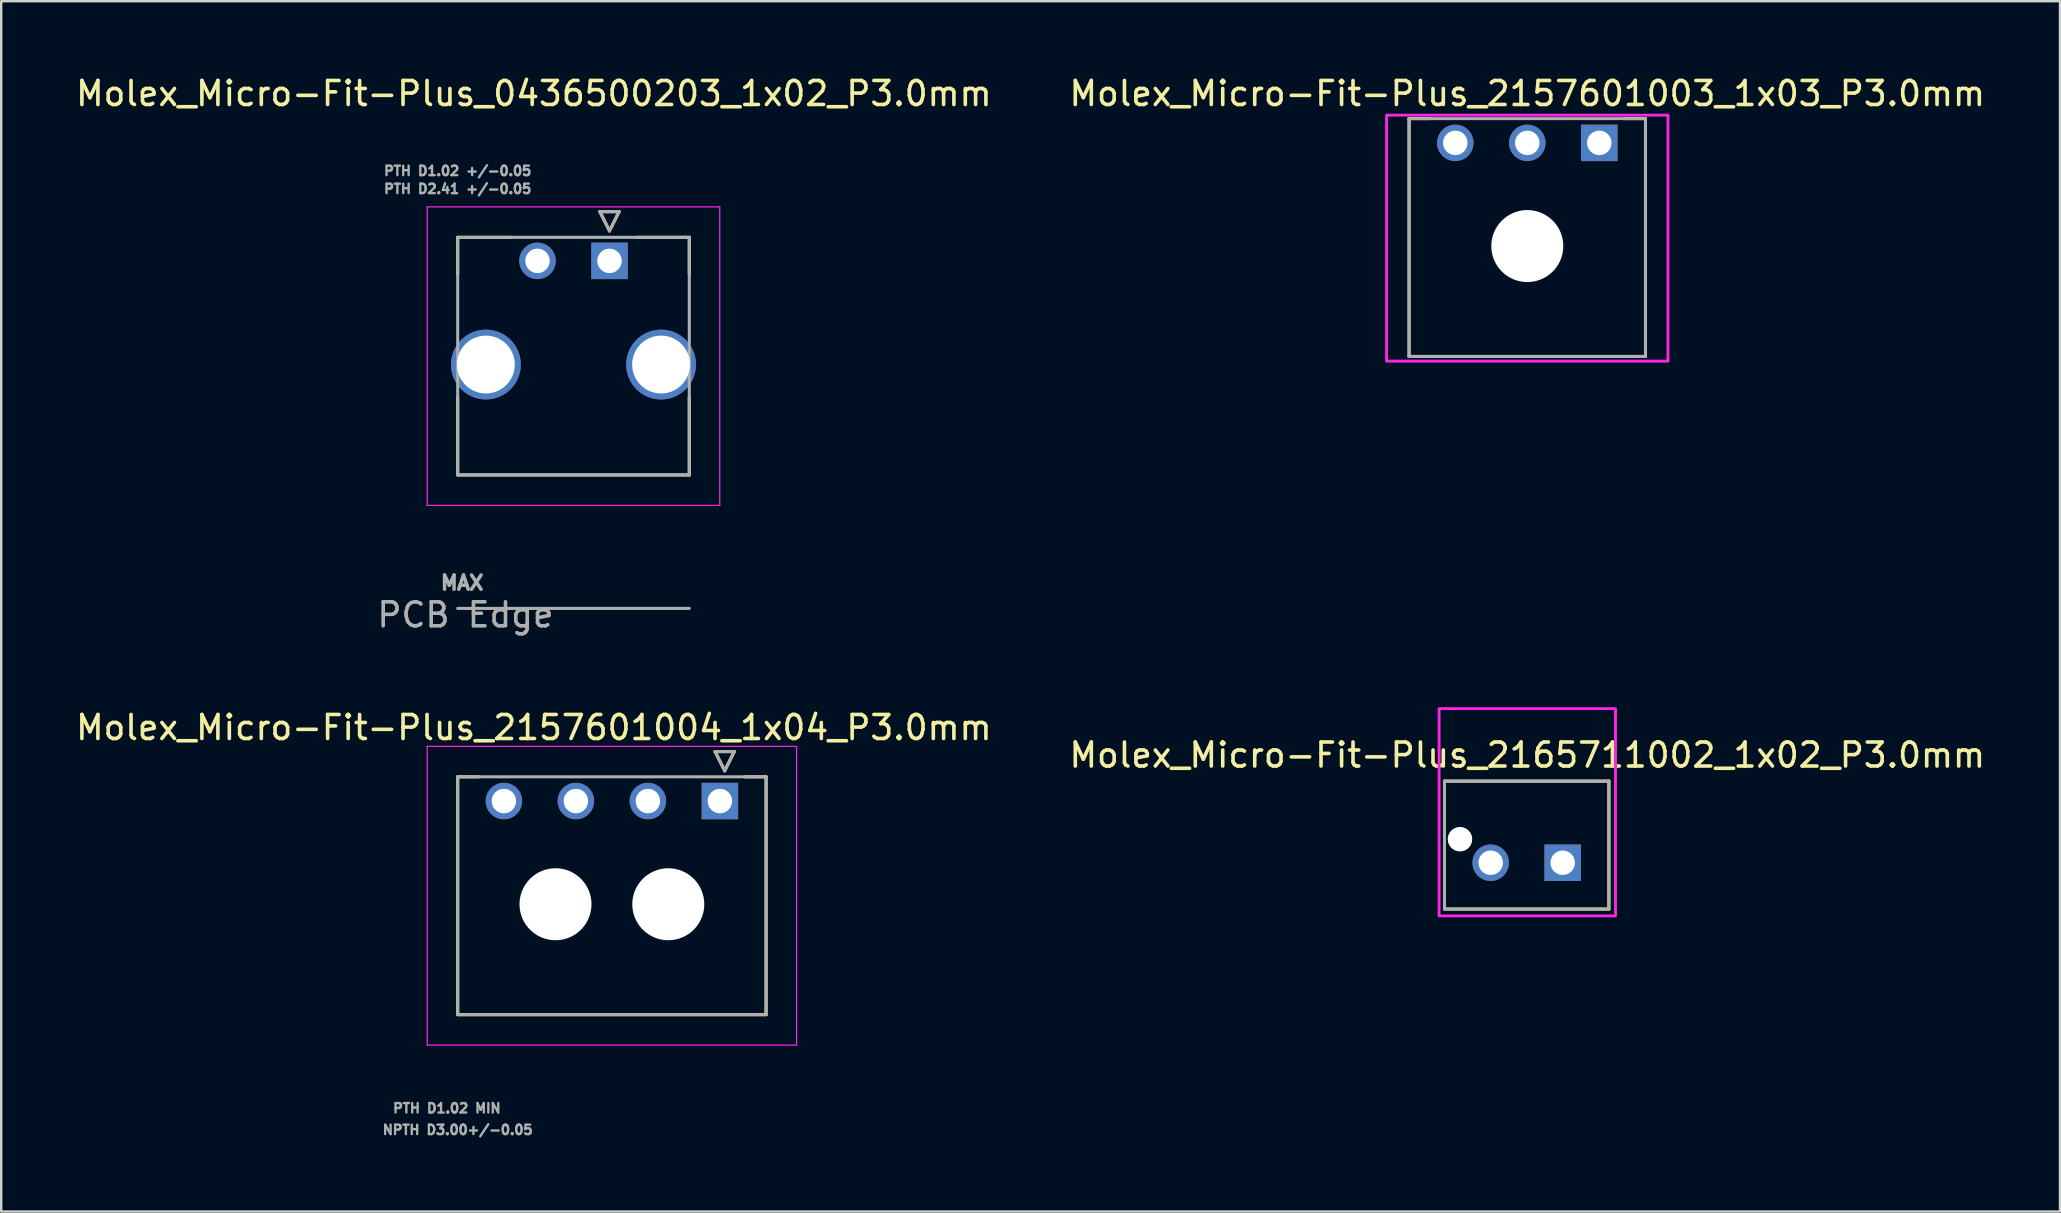
<source format=kicad_pcb>
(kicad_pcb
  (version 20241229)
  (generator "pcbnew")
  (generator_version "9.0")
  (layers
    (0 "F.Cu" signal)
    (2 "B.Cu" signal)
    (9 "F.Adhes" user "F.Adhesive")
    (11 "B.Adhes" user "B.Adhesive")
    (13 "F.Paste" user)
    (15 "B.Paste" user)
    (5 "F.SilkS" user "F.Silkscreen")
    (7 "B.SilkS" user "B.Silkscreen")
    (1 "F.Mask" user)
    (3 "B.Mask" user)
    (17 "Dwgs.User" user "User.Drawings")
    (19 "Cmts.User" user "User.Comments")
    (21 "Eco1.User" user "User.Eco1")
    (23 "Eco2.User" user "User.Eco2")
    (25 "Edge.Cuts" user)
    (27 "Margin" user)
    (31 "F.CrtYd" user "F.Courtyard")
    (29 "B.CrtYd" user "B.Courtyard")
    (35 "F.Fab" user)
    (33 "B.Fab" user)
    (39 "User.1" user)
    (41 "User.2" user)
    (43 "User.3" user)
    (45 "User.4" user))
  (footprint "Molex_Micro-Fit-Plus_2157601004_1x04_P3.0mm"
    (layer "F.Cu")
    (at 26.946 30.328)
    (property "Reference" "Molex_Micro-Fit-Plus_2157601004_1x04_P3.0mm" (at -7.75 -3.062 0) (layer "F.SilkS") (effects (font (size 1 1) (thickness 0.15))))
    (attr through_hole)
    (fp_circle (center -9 0) (end -8.582 0) (stroke (width 0.836) (type solid)) (fill no) (layer "F.Mask"))
    (fp_circle (center -6.85 4.3) (end -6.062 4.3) (stroke (width 1.576) (type solid)) (fill no) (layer "F.Mask"))
    (fp_circle (center -6 0) (end -5.582 0) (stroke (width 0.836) (type solid)) (fill no) (layer "F.Mask"))
    (fp_circle (center -3 0) (end -2.582 0) (stroke (width 0.836) (type solid)) (fill no) (layer "F.Mask"))
    (fp_circle (center -2.15 4.3) (end -1.362 4.3) (stroke (width 1.576) (type solid)) (fill no) (layer "F.Mask"))
    (fp_poly (pts (xy -0.836 -0.836) (xy 0.836 -0.836) (xy 0.836 0.836) (xy -0.836 0.836)) (stroke (width 0.01) (type solid)) (fill yes) (layer "F.Mask"))
    (fp_circle (center -9 0) (end -8.582 0) (stroke (width 0.836) (type solid)) (fill no) (layer "B.Mask"))
    (fp_circle (center -6.85 4.3) (end -6.062 4.3) (stroke (width 1.576) (type solid)) (fill no) (layer "B.Mask"))
    (fp_circle (center -6 0) (end -5.582 0) (stroke (width 0.836) (type solid)) (fill no) (layer "B.Mask"))
    (fp_circle (center -3 0) (end -2.582 0) (stroke (width 0.836) (type solid)) (fill no) (layer "B.Mask"))
    (fp_circle (center -2.15 4.3) (end -1.362 4.3) (stroke (width 1.576) (type solid)) (fill no) (layer "B.Mask"))
    (fp_poly (pts (xy -0.836 -0.836) (xy 0.836 -0.836) (xy 0.836 0.836) (xy -0.836 0.836)) (stroke (width 0.01) (type solid)) (fill yes) (layer "B.Mask"))
    (fp_line (start -10.925 -1.01) (end -10.925 8.9) (stroke (width 0.127) (type solid)) (layer "F.SilkS"))
    (fp_line (start -10.925 -1.01) (end -10.06 -1.01) (stroke (width 0.127) (type solid)) (layer "F.SilkS"))
    (fp_line (start -0.2 -2.06) (end 0.6 -2.06) (stroke (width 0.127) (type solid)) (layer "F.SilkS"))
    (fp_line (start 0.2 -1.26) (end -0.2 -2.06) (stroke (width 0.127) (type solid)) (layer "F.SilkS"))
    (fp_line (start 0.6 -2.06) (end 0.2 -1.26) (stroke (width 0.127) (type solid)) (layer "F.SilkS"))
    (fp_line (start 1.925 -1.01) (end 1.06 -1.01) (stroke (width 0.127) (type solid)) (layer "F.SilkS"))
    (fp_line (start 1.925 -1.01) (end 1.925 8.9) (stroke (width 0.127) (type solid)) (layer "F.SilkS"))
    (fp_line (start 1.925 8.9) (end -10.925 8.9) (stroke (width 0.127) (type solid)) (layer "F.SilkS"))
    (fp_line (start -12.195 -2.28) (end 3.195 -2.28) (stroke (width 0.05) (type solid)) (layer "F.CrtYd"))
    (fp_line (start -12.195 10.17) (end -12.195 -2.28) (stroke (width 0.05) (type solid)) (layer "F.CrtYd"))
    (fp_line (start 3.195 10.17) (end -12.195 10.17) (stroke (width 0.05) (type solid)) (layer "F.CrtYd"))
    (fp_line (start 3.195 10.17) (end 3.195 -2.28) (stroke (width 0.05) (type solid)) (layer "F.CrtYd"))
    (fp_line (start -10.925 -1.01) (end 1.925 -1.01) (stroke (width 0.127) (type solid)) (layer "F.Fab"))
    (fp_line (start -10.925 8.9) (end -10.925 -1.01) (stroke (width 0.127) (type solid)) (layer "F.Fab"))
    (fp_line (start -0.2 -2.06) (end 0.6 -2.06) (stroke (width 0.127) (type solid)) (layer "F.Fab"))
    (fp_line (start 0.2 -1.26) (end -0.2 -2.06) (stroke (width 0.127) (type solid)) (layer "F.Fab"))
    (fp_line (start 0.6 -2.06) (end 0.2 -1.26) (stroke (width 0.127) (type solid)) (layer "F.Fab"))
    (fp_line (start 1.925 8.9) (end -10.925 8.9) (stroke (width 0.127) (type solid)) (layer "F.Fab"))
    (fp_line (start 1.925 8.9) (end 1.925 -1.01) (stroke (width 0.127) (type solid)) (layer "F.Fab"))
    (fp_text user "PTH D1.02 MIN   " (at -10.925 12.8 0) (layer "F.Fab") (effects (font (size 0.394 0.394) (thickness 0.098))))
    (fp_text user "NPTH D3.00+/-0.05" (at -10.925 13.7 0) (layer "F.Fab") (effects (font (size 0.394 0.394) (thickness 0.098))))
    (pad "" np_thru_hole circle (at -6.85 4.3) (size 3 3) (drill 3) (layers "*.Cu" "*.Mask"))
    (pad "" np_thru_hole circle (at -2.15 4.3) (size 3 3) (drill 3) (layers "*.Cu" "*.Mask"))
    (pad "1" thru_hole rect (at 0 0) (size 1.52 1.52) (drill 1.02) (layers "*.Cu"))
    (pad "2" thru_hole circle (at -3 0) (size 1.52 1.52) (drill 1.02) (layers "*.Cu"))
    (pad "3" thru_hole circle (at -6 0) (size 1.52 1.52) (drill 1.02) (layers "*.Cu"))
    (pad "4" thru_hole circle (at -9 0) (size 1.52 1.52) (drill 1.02) (layers "*.Cu")))
  (footprint "Molex_Micro-Fit-Plus_0436500203_1x02_P3.0mm"
    (layer "F.Cu")
    (at 22.346 7.82)
    (property "Reference" "Molex_Micro-Fit-Plus_0436500203_1x02_P3.0mm" (at -3.15 -6.972 0) (layer "F.SilkS") (effects (font (size 1 1) (thickness 0.15))))
    (attr through_hole)
    (fp_circle (center -5.15 4.32) (end -4.384 4.32) (stroke (width 1.531) (type solid)) (fill no) (layer "F.Mask"))
    (fp_circle (center -3 0) (end -2.582 0) (stroke (width 0.836) (type solid)) (fill no) (layer "F.Mask"))
    (fp_circle (center 2.15 4.32) (end 2.916 4.32) (stroke (width 1.531) (type solid)) (fill no) (layer "F.Mask"))
    (fp_poly (pts (xy -0.836 -0.836) (xy 0.836 -0.836) (xy 0.836 0.836) (xy -0.836 0.836)) (stroke (width 0.01) (type solid)) (fill yes) (layer "F.Mask"))
    (fp_circle (center -5.15 4.32) (end -4.384 4.32) (stroke (width 1.531) (type solid)) (fill no) (layer "B.Mask"))
    (fp_circle (center -3 0) (end -2.582 0) (stroke (width 0.836) (type solid)) (fill no) (layer "B.Mask"))
    (fp_circle (center 2.15 4.32) (end 2.916 4.32) (stroke (width 1.531) (type solid)) (fill no) (layer "B.Mask"))
    (fp_poly (pts (xy -0.836 -0.836) (xy 0.836 -0.836) (xy 0.836 0.836) (xy -0.836 0.836)) (stroke (width 0.01) (type solid)) (fill yes) (layer "B.Mask"))
    (fp_line (start -6.325 -0.98) (end -6.325 0.55) (stroke (width 0.127) (type solid)) (layer "F.SilkS"))
    (fp_line (start -6.325 -0.98) (end -4.11 -0.98) (stroke (width 0.127) (type solid)) (layer "F.SilkS"))
    (fp_line (start -6.325 5.65) (end -6.325 8.92) (stroke (width 0.127) (type solid)) (layer "F.SilkS"))
    (fp_line (start -0.4 -2.05) (end 0.4 -2.05) (stroke (width 0.127) (type solid)) (layer "F.SilkS"))
    (fp_line (start 0 -1.25) (end -0.4 -2.05) (stroke (width 0.127) (type solid)) (layer "F.SilkS"))
    (fp_line (start 0.4 -2.05) (end 0 -1.25) (stroke (width 0.127) (type solid)) (layer "F.SilkS"))
    (fp_line (start 3.325 -0.98) (end 1.11 -0.98) (stroke (width 0.127) (type solid)) (layer "F.SilkS"))
    (fp_line (start 3.325 -0.98) (end 3.325 0.55) (stroke (width 0.127) (type solid)) (layer "F.SilkS"))
    (fp_line (start 3.325 8.92) (end -6.325 8.92) (stroke (width 0.127) (type solid)) (layer "F.SilkS"))
    (fp_line (start 3.325 8.92) (end 3.325 5.65) (stroke (width 0.127) (type solid)) (layer "F.SilkS"))
    (fp_line (start -7.595 -2.25) (end 4.595 -2.25) (stroke (width 0.05) (type solid)) (layer "F.CrtYd"))
    (fp_line (start -7.595 10.19) (end -7.595 -2.25) (stroke (width 0.05) (type solid)) (layer "F.CrtYd"))
    (fp_line (start 4.595 10.19) (end -7.595 10.19) (stroke (width 0.05) (type solid)) (layer "F.CrtYd"))
    (fp_line (start 4.595 10.19) (end 4.595 -2.25) (stroke (width 0.05) (type solid)) (layer "F.CrtYd"))
    (fp_line (start -6.325 -0.98) (end 3.325 -0.98) (stroke (width 0.127) (type solid)) (layer "F.Fab"))
    (fp_line (start -6.325 8.92) (end -6.325 -0.98) (stroke (width 0.127) (type solid)) (layer "F.Fab"))
    (fp_line (start -0.4 -2.05) (end 0.4 -2.05) (stroke (width 0.127) (type solid)) (layer "F.Fab"))
    (fp_line (start 0 -1.25) (end -0.4 -2.05) (stroke (width 0.127) (type solid)) (layer "F.Fab"))
    (fp_line (start 0.4 -2.05) (end 0 -1.25) (stroke (width 0.127) (type solid)) (layer "F.Fab"))
    (fp_line (start 3.325 8.92) (end -6.325 8.92) (stroke (width 0.127) (type solid)) (layer "F.Fab"))
    (fp_line (start 3.325 8.92) (end 3.325 -0.98) (stroke (width 0.127) (type solid)) (layer "F.Fab"))
    (fp_line (start 3.325 14.48) (end -6.325 14.48) (stroke (width 0.127) (type solid)) (layer "F.Fab"))
    (fp_text user "PCB Edge" (at -6 14.75 0) (layer "F.Fab") (effects (font (size 1 1) (thickness 0.15))))
    (fp_text user "PTH D2.41 +/-0.05" (at -6.325 -3 0) (layer "F.Fab") (effects (font (size 0.394 0.394) (thickness 0.15))))
    (fp_text user "PTH D1.02 +/-0.05" (at -6.325 -3.75 0) (layer "F.Fab") (effects (font (size 0.394 0.394) (thickness 0.15))))
    (fp_text user "MAX" (at -6.14 13.415 0) (layer "F.Fab") (effects (font (size 0.591 0.591) (thickness 0.15))))
    (pad "1" thru_hole rect (at 0 0) (size 1.52 1.52) (drill 1.02) (layers "*.Cu"))
    (pad "2" thru_hole circle (at -3 0) (size 1.52 1.52) (drill 1.02) (layers "*.Cu"))
    (pad "S1" thru_hole circle (at 2.15 4.32) (size 2.91 2.91) (drill 2.41) (layers "*.Cu"))
    (pad "S2" thru_hole circle (at -5.15 4.32) (size 2.91 2.91) (drill 2.41) (layers "*.Cu"))
    (zone (net_name "") (layer "F.Cu") (hatch full 0.508) (connect_pads) (min_thickness 0.01) (filled_areas_thickness no) (keepout (tracks not_allowed) (vias not_allowed) (pads not_allowed) (copperpour not_allowed) (footprints allowed)) (placement (enabled no)) (fill) (polygon (pts (xy 15.271 8.49) (xy 17.721 8.49) (xy 17.721 10.09) (xy 15.271 10.09))))
    (zone (net_name "") (layer "F.Cu") (hatch full 0.508) (connect_pads) (min_thickness 0.01) (filled_areas_thickness no) (keepout (tracks not_allowed) (vias not_allowed) (pads not_allowed) (copperpour not_allowed) (footprints allowed)) (placement (enabled no)) (fill) (polygon (pts (xy 23.971 8.49) (xy 26.421 8.49) (xy 26.421 10.09) (xy 23.971 10.09))))
    (zone (net_name "") (layers "F.Cu" "B.Cu") (hatch full 0.508) (connect_pads) (min_thickness 0.01) (filled_areas_thickness no) (keepout (tracks allowed) (vias not_allowed) (pads allowed) (copperpour allowed) (footprints allowed)) (placement (enabled no)) (fill) (polygon (pts (xy 15.271 8.49) (xy 17.721 8.49) (xy 17.721 10.09) (xy 15.271 10.09))))
    (zone (net_name "") (layers "F.Cu" "B.Cu") (hatch full 0.508) (connect_pads) (min_thickness 0.01) (filled_areas_thickness no) (keepout (tracks allowed) (vias not_allowed) (pads allowed) (copperpour allowed) (footprints allowed)) (placement (enabled no)) (fill) (polygon (pts (xy 23.971 8.49) (xy 26.421 8.49) (xy 26.421 10.09) (xy 23.971 10.09)))))
  (footprint "Molex_Micro-Fit-Plus_2165711002_1x02_P3.0mm"
    (layer "F.Cu")
    (at 60.564 32.163)
    (property "Reference" "Molex_Micro-Fit-Plus_2165711002_1x02_P3.0mm" (at 0.025 -3.75 0) (layer "F.SilkS") (effects (font (size 1 1) (thickness 0.15))))
    (attr through_hole)
    (fp_circle (center -2.78 -0.245) (end -2.487 -0.245) (stroke (width 0.586) (type solid)) (fill no) (layer "F.Mask"))
    (fp_circle (center -1.5 0.735) (end -1.082 0.735) (stroke (width 0.836) (type solid)) (fill no) (layer "F.Mask"))
    (fp_poly (pts (xy 0.664 -0.101) (xy 2.336 -0.101) (xy 2.336 1.571) (xy 0.664 1.571)) (stroke (width 0.01) (type solid)) (fill yes) (layer "F.Mask"))
    (fp_circle (center -2.78 -0.245) (end -2.487 -0.245) (stroke (width 0.586) (type solid)) (fill no) (layer "B.Mask"))
    (fp_circle (center -1.5 0.735) (end -1.082 0.735) (stroke (width 0.836) (type solid)) (fill no) (layer "B.Mask"))
    (fp_poly (pts (xy 0.664 -0.101) (xy 2.336 -0.101) (xy 2.336 1.571) (xy 0.664 1.571)) (stroke (width 0.01) (type solid)) (fill yes) (layer "B.Mask"))
    (fp_line (start -3.425 -2.665) (end -3.425 -0.965) (stroke (width 0.127) (type solid)) (layer "F.SilkS"))
    (fp_line (start -3.425 -2.665) (end 3.425 -2.665) (stroke (width 0.127) (type solid)) (layer "F.SilkS"))
    (fp_line (start -3.425 0.535) (end -3.425 2.665) (stroke (width 0.127) (type solid)) (layer "F.SilkS"))
    (fp_line (start 3.425 -2.665) (end 3.425 2.665) (stroke (width 0.127) (type solid)) (layer "F.SilkS"))
    (fp_line (start 3.425 2.665) (end -3.425 2.665) (stroke (width 0.127) (type solid)) (layer "F.SilkS"))
    (fp_rect (start -3.65 2.95) (end 3.7 -5.685) (stroke (width 0.12) (type solid)) (fill no) (layer "F.CrtYd"))
    (fp_line (start -3.425 -2.665) (end 3.425 -2.665) (stroke (width 0.127) (type solid)) (layer "F.Fab"))
    (fp_line (start -3.425 2.665) (end -3.425 -2.665) (stroke (width 0.127) (type solid)) (layer "F.Fab"))
    (fp_line (start 3.425 2.665) (end -3.425 2.665) (stroke (width 0.127) (type solid)) (layer "F.Fab"))
    (fp_line (start 3.425 2.665) (end 3.425 -2.665) (stroke (width 0.127) (type solid)) (layer "F.Fab"))
    (pad "" np_thru_hole circle (at -2.78 -0.245) (size 1.02 1.02) (drill 1.02) (layers "*.Cu" "*.Mask"))
    (pad "1" thru_hole rect (at 1.5 0.735) (size 1.52 1.52) (drill 1.02) (layers "*.Cu"))
    (pad "2" thru_hole circle (at -1.5 0.735) (size 1.52 1.52) (drill 1.02) (layers "*.Cu")))
  (footprint "Molex_Micro-Fit-Plus_2157601003_1x03_P3.0mm"
    (layer "F.Cu")
    (at 60.589 6.848)
    (property "Reference" "Molex_Micro-Fit-Plus_2157601003_1x03_P3.0mm" (at 0 -6 0) (layer "F.SilkS") (effects (font (size 1 1) (thickness 0.15))))
    (attr through_hole)
    (fp_rect (start 2.24 -4.705) (end 3.76 -3.185) (stroke (width 0) (type solid)) (fill yes) (layer "F.Mask"))
    (fp_circle (center -3 -3.945) (end -2.24 -3.94) (stroke (width 0) (type solid)) (fill yes) (layer "F.Mask"))
    (fp_circle (center 0 -3.945) (end 0.76 -3.95) (stroke (width 0) (type solid)) (fill yes) (layer "F.Mask"))
    (fp_circle (center 0 0.355) (end 1.5 0.355) (stroke (width 0) (type solid)) (fill yes) (layer "F.Mask"))
    (fp_rect (start 2.24 -4.705) (end 3.76 -3.185) (stroke (width 0) (type solid)) (fill yes) (layer "B.Mask"))
    (fp_circle (center -3 -3.945) (end -2.24 -3.945) (stroke (width 0) (type solid)) (fill yes) (layer "B.Mask"))
    (fp_circle (center 0 -3.945) (end 0.76 -3.945) (stroke (width 0) (type solid)) (fill yes) (layer "B.Mask"))
    (fp_circle (center 0 0.355) (end 1.5 0.355) (stroke (width 0) (type solid)) (fill yes) (layer "B.Mask"))
    (fp_line (start -4.925 -4.955) (end -4.925 4.955) (stroke (width 0.127) (type solid)) (layer "F.SilkS"))
    (fp_line (start -4.925 -4.955) (end -4.06 -4.955) (stroke (width 0.127) (type solid)) (layer "F.SilkS"))
    (fp_line (start 4.925 -4.955) (end 4.06 -4.955) (stroke (width 0.127) (type solid)) (layer "F.SilkS"))
    (fp_line (start 4.925 -4.955) (end 4.925 4.955) (stroke (width 0.127) (type solid)) (layer "F.SilkS"))
    (fp_line (start 4.925 4.955) (end -4.925 4.955) (stroke (width 0.127) (type solid)) (layer "F.SilkS"))
    (fp_rect (start -5.862 5.15) (end 5.862 -5.1) (stroke (width 0.12) (type solid)) (fill no) (layer "F.CrtYd"))
    (fp_line (start -4.925 -4.955) (end 4.925 -4.955) (stroke (width 0.127) (type solid)) (layer "F.Fab"))
    (fp_line (start -4.925 4.955) (end -4.925 -4.955) (stroke (width 0.127) (type solid)) (layer "F.Fab"))
    (fp_line (start 4.925 4.955) (end -4.925 4.955) (stroke (width 0.127) (type solid)) (layer "F.Fab"))
    (fp_line (start 4.925 4.955) (end 4.925 -4.955) (stroke (width 0.127) (type solid)) (layer "F.Fab"))
    (pad "" np_thru_hole circle (at 0 0.355) (size 3 3) (drill 3) (layers "*.Cu" "*.Mask"))
    (pad "1" thru_hole rect (at 3 -3.945) (size 1.52 1.52) (drill 1.02) (layers "*.Cu"))
    (pad "2" thru_hole circle (at 0 -3.945) (size 1.52 1.52) (drill 1.02) (layers "*.Cu"))
    (pad "3" thru_hole circle (at -3 -3.945) (size 1.52 1.52) (drill 1.02) (layers "*.Cu")))
  (gr_rect
    (start -3 -3)
    (end 82.786 47.431)
    (stroke (width 0.1) (type default))
    (fill no)
    (layer "Edge.Cuts")))
</source>
